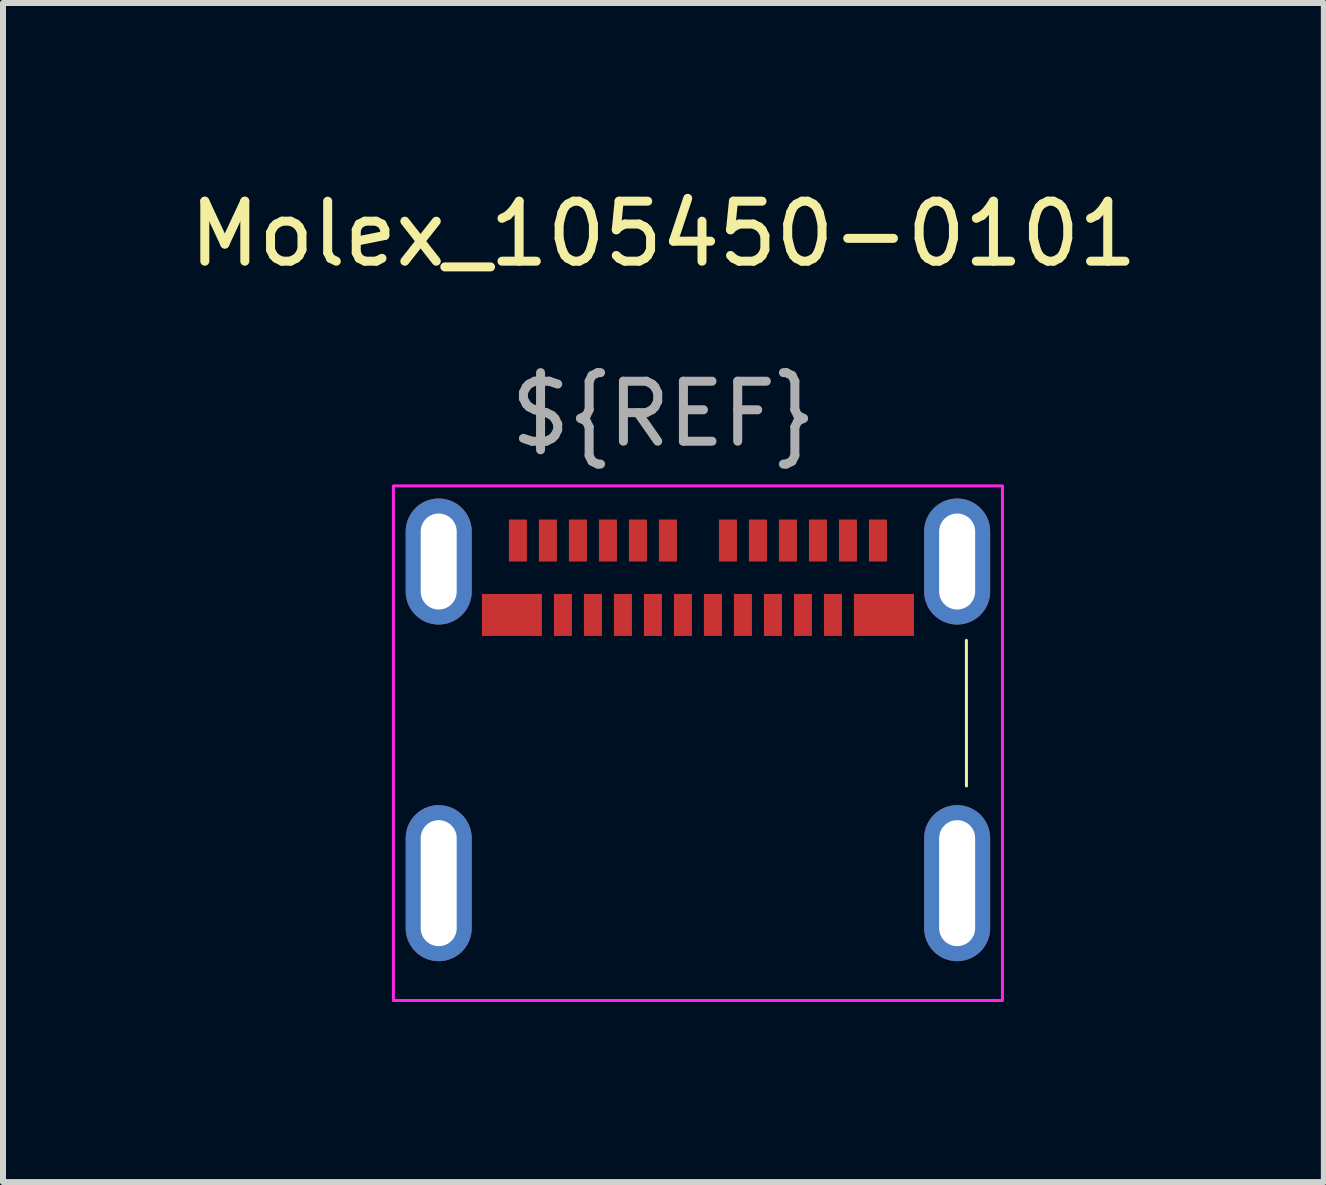
<source format=kicad_pcb>
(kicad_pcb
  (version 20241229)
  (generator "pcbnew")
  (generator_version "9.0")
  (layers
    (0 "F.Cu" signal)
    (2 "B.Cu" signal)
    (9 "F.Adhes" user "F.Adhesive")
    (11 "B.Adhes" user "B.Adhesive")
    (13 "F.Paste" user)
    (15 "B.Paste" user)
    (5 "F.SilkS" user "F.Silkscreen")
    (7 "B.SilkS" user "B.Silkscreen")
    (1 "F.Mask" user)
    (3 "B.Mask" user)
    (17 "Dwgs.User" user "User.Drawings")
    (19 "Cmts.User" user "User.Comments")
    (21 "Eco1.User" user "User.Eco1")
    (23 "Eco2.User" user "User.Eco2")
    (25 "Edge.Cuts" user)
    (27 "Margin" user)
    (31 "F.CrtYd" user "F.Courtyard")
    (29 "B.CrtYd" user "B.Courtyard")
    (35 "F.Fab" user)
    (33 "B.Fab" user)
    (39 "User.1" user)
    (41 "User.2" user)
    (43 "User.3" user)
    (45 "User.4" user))
  (footprint "Molex_105450-0101"
    (layer "F.Cu")
    (at 5.481 7.198)
    (property "Reference" "Molex_105450-0101" (at 2.525 -6.35 0) (unlocked yes) (layer "F.SilkS") (effects (font (size 1 1) (thickness 0.15))))
    (attr through_hole)
    (fp_line (start 7.575 2.85) (end 7.574 0.425) (stroke (width 0.05) (type solid)) (layer "F.SilkS"))
    (fp_line (start -1.376 6.425) (end 7.574 6.425) (stroke (width 0.05) (type solid)) (layer "Eco1.User"))
    (fp_rect (start -1.975 -2.15) (end 8.175 6.425) (stroke (width 0.05) (type solid)) (fill no) (layer "F.CrtYd"))
    (fp_text user "${REF}" (at 2.525 -3.35 0) (unlocked yes) (layer "F.Fab") (effects (font (size 1 1) (thickness 0.15))))
    (pad "A1" smd rect (at 0.1 -1.24) (size 0.3 0.7) (layers "F.Cu" "F.Mask" "F.Paste"))
    (pad "A2" smd rect (at 0.6 -1.24) (size 0.3 0.7) (layers "F.Cu" "F.Mask" "F.Paste"))
    (pad "A3" smd rect (at 1.1 -1.24) (size 0.3 0.7) (layers "F.Cu" "F.Mask" "F.Paste"))
    (pad "A4" smd rect (at 1.6 -1.24) (size 0.3 0.7) (layers "F.Cu" "F.Mask" "F.Paste"))
    (pad "A5" smd rect (at 2.1 -1.24) (size 0.3 0.7) (layers "F.Cu" "F.Mask" "F.Paste"))
    (pad "A6" smd rect (at 2.6 -1.24) (size 0.3 0.7) (layers "F.Cu" "F.Mask" "F.Paste"))
    (pad "A7" smd rect (at 3.6 -1.24) (size 0.3 0.7) (layers "F.Cu" "F.Mask" "F.Paste"))
    (pad "A8" smd rect (at 4.1 -1.24) (size 0.3 0.7) (layers "F.Cu" "F.Mask" "F.Paste"))
    (pad "A9" smd rect (at 4.6 -1.24) (size 0.3 0.7) (layers "F.Cu" "F.Mask" "F.Paste"))
    (pad "A10" smd rect (at 5.1 -1.24) (size 0.3 0.7) (layers "F.Cu" "F.Mask" "F.Paste"))
    (pad "A11" smd rect (at 5.6 -1.24) (size 0.3 0.7) (layers "F.Cu" "F.Mask" "F.Paste"))
    (pad "A12" smd rect (at 6.1 -1.24) (size 0.3 0.7) (layers "F.Cu" "F.Mask" "F.Paste"))
    (pad "B1" smd rect (at 6.2 0) (size 1 0.7) (layers "F.Cu" "F.Mask" "F.Paste"))
    (pad "B2" smd rect (at 5.35 0) (size 0.3 0.7) (layers "F.Cu" "F.Mask" "F.Paste"))
    (pad "B3" smd rect (at 4.85 0) (size 0.3 0.7) (layers "F.Cu" "F.Mask" "F.Paste"))
    (pad "B4" smd rect (at 4.35 0) (size 0.3 0.7) (layers "F.Cu" "F.Mask" "F.Paste"))
    (pad "B5" smd rect (at 3.85 0) (size 0.3 0.7) (layers "F.Cu" "F.Mask" "F.Paste"))
    (pad "B6" smd rect (at 3.35 0) (size 0.3 0.7) (layers "F.Cu" "F.Mask" "F.Paste"))
    (pad "B7" smd rect (at 2.85 0) (size 0.3 0.7) (layers "F.Cu" "F.Mask" "F.Paste"))
    (pad "B8" smd rect (at 2.35 0) (size 0.3 0.7) (layers "F.Cu" "F.Mask" "F.Paste"))
    (pad "B9" smd rect (at 1.85 0) (size 0.3 0.7) (layers "F.Cu" "F.Mask" "F.Paste"))
    (pad "B10" smd rect (at 1.35 0) (size 0.3 0.7) (layers "F.Cu" "F.Mask" "F.Paste"))
    (pad "B11" smd rect (at 0.85 0) (size 0.3 0.7) (layers "F.Cu" "F.Mask" "F.Paste"))
    (pad "B12" smd rect (at 0 0) (size 1 0.7) (layers "F.Cu" "F.Mask" "F.Paste"))
    (pad "S1" thru_hole oval (at -1.22 -0.89) (size 1.1 2.1) (drill oval 0.6 1.6) (layers "*.Cu" "*.Mask"))
    (pad "S1" thru_hole oval (at -1.22 4.47) (size 1.1 2.6) (drill oval 0.6 2.1) (layers "*.Cu" "*.Mask"))
    (pad "S1" thru_hole oval (at 7.42 -0.89) (size 1.1 2.1) (drill oval 0.6 1.6) (layers "*.Cu" "*.Mask"))
    (pad "S1" thru_hole oval (at 7.42 4.47) (size 1.1 2.6) (drill oval 0.6 2.1) (layers "*.Cu" "*.Mask"))
    (zone (net_name "") (layer "F.Cu") (hatch edge 0.508) (connect_pads) (min_thickness 0.254) (filled_areas_thickness no) (keepout (tracks not_allowed) (vias not_allowed) (pads not_allowed) (copperpour not_allowed) (footprints allowed)) (placement (enabled no)) (fill) (polygon (pts (xy 12.055 13.451) (xy 5.055 13.451) (xy 5.055 7.801) (xy 12.055 7.801)))))
  (gr_rect
    (start -3 -3)
    (end 19.012 16.649)
    (stroke (width 0.1) (type default))
    (fill no)
    (layer "Edge.Cuts")))
</source>
